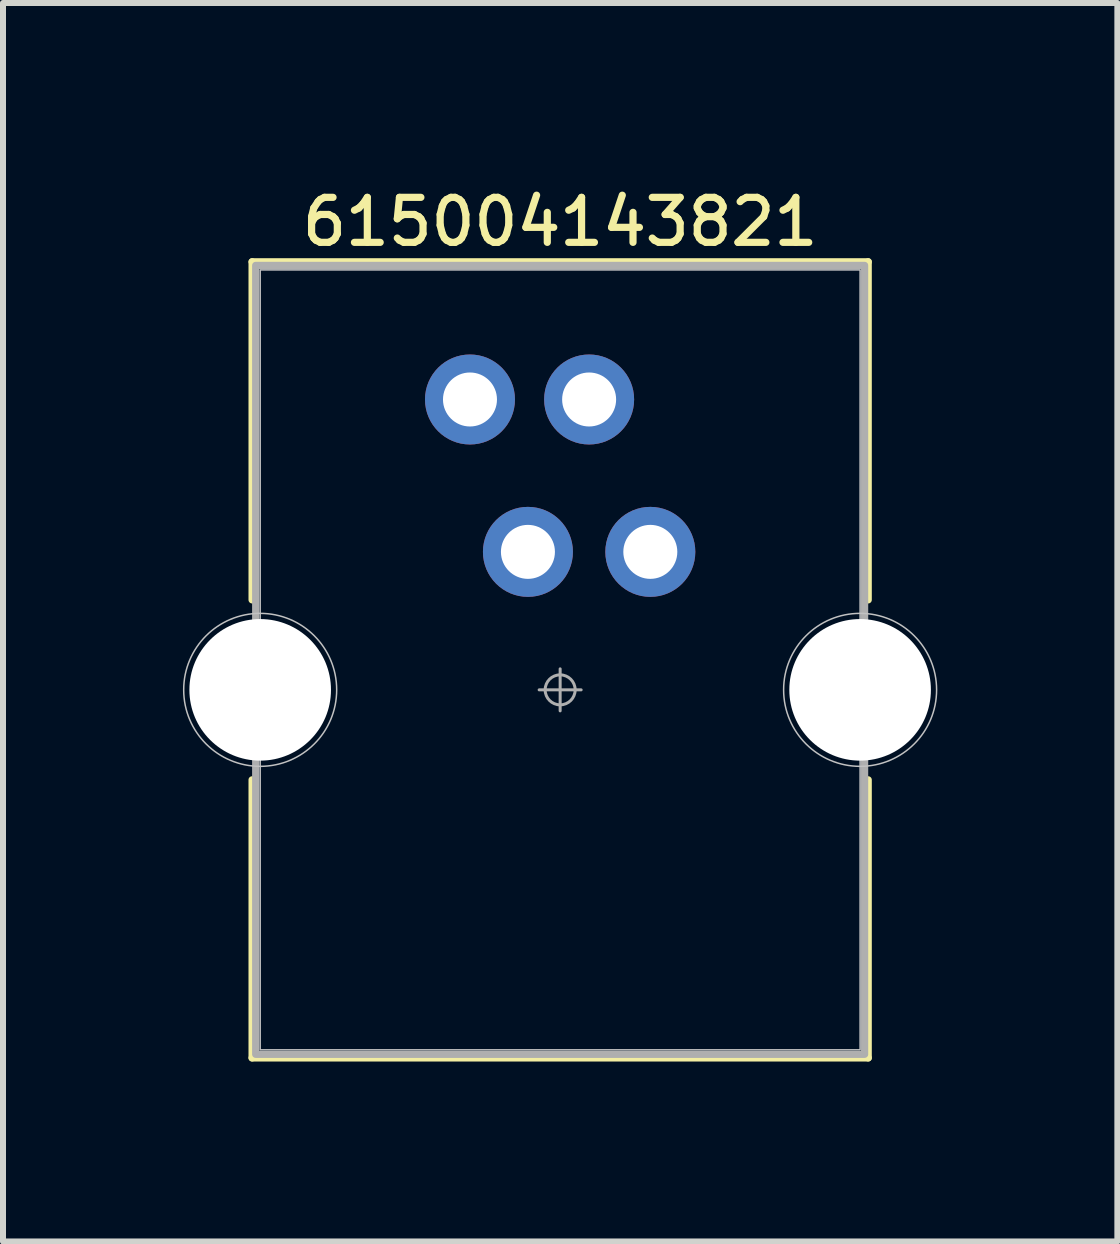
<source format=kicad_pcb>
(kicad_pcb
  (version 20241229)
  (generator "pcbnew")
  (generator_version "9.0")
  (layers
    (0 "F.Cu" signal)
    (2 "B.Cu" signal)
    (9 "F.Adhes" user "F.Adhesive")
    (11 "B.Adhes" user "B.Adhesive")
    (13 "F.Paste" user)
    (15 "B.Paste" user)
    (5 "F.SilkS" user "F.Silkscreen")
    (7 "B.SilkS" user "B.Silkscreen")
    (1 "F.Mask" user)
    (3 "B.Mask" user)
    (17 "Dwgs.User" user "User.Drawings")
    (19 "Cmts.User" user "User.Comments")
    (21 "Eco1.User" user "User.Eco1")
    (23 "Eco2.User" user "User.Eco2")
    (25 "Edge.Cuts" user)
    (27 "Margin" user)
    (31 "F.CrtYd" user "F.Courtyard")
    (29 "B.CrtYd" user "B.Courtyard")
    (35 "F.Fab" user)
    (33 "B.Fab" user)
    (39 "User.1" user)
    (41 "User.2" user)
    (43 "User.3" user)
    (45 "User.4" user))
  (footprint "615004143821"
    (layer "F.Cu")
    (at 6.287 8.449)
    (property "Reference" "615004143821" (at 0 -7.8 0) (unlocked yes) (layer "F.SilkS") (effects (font (size 0.75 0.75) (thickness 0.12))))
    (attr through_hole)
    (fp_line (start -5.135 -7.135) (end -5.135 -1.5) (stroke (width 0.12) (type default)) (layer "F.SilkS"))
    (fp_line (start -5.135 -7.135) (end 5.135 -7.135) (stroke (width 0.12) (type default)) (layer "F.SilkS"))
    (fp_line (start -5.135 6.135) (end -5.135 1.5) (stroke (width 0.12) (type default)) (layer "F.SilkS"))
    (fp_line (start 5.135 -7.135) (end 5.135 -1.5) (stroke (width 0.12) (type default)) (layer "F.SilkS"))
    (fp_line (start 5.135 1.5) (end 5.135 6.135) (stroke (width 0.12) (type default)) (layer "F.SilkS"))
    (fp_line (start 5.135 6.135) (end -5.135 6.135) (stroke (width 0.12) (type default)) (layer "F.SilkS"))
    (fp_rect (start -5 -7) (end 5 6) (stroke (width 0.025) (type default)) (fill no) (layer "Dwgs.User"))
    (fp_circle (center -5 0) (end -3.9 0) (stroke (width 0.025) (type default)) (fill no) (layer "Dwgs.User"))
    (fp_circle (center -5 0) (end -3.725 0) (stroke (width 0.025) (type default)) (fill no) (layer "Dwgs.User"))
    (fp_circle (center 5 0) (end 6.1 0) (stroke (width 0.025) (type default)) (fill no) (layer "Dwgs.User"))
    (fp_circle (center 5 0) (end 6.275 0) (stroke (width 0.025) (type default)) (fill no) (layer "Dwgs.User"))
    (fp_line (start 0 -0.35) (end 0 0.35) (stroke (width 0.05) (type solid)) (layer "F.Fab"))
    (fp_line (start 0.35 0) (end -0.35 0) (stroke (width 0.05) (type solid)) (layer "F.Fab"))
    (fp_rect (start -5.075 -7.075) (end 5.075 6.075) (stroke (width 0.12) (type default)) (fill no) (layer "F.Fab"))
    (fp_circle (center 0 0) (end 0.25 0) (stroke (width 0.05) (type solid)) (fill no) (layer "F.Fab"))
    (pad "" np_thru_hole circle (at -5 0) (size 2.36 2.36) (drill 2.36) (layers "*.Cu" "*.Mask"))
    (pad "" np_thru_hole circle (at 5 0) (size 2.36 2.36) (drill 2.36) (layers "*.Cu" "*.Mask"))
    (pad "1" thru_hole circle (at 1.503 -2.3) (size 1.5 1.5) (drill 0.9) (layers "*.Cu" "*.Mask"))
    (pad "2" thru_hole circle (at 0.483 -4.84) (size 1.5 1.5) (drill 0.9) (layers "*.Cu" "*.Mask"))
    (pad "3" thru_hole circle (at -1.503 -4.84) (size 1.5 1.5) (drill 0.9) (layers "*.Cu" "*.Mask"))
    (pad "4" thru_hole circle (at -0.537 -2.3) (size 1.5 1.5) (drill 0.9) (layers "*.Cu" "*.Mask")))
  (gr_rect
    (start -3 -3)
    (end 15.575 17.644)
    (stroke (width 0.1) (type default))
    (fill no)
    (layer "Edge.Cuts")))
</source>
